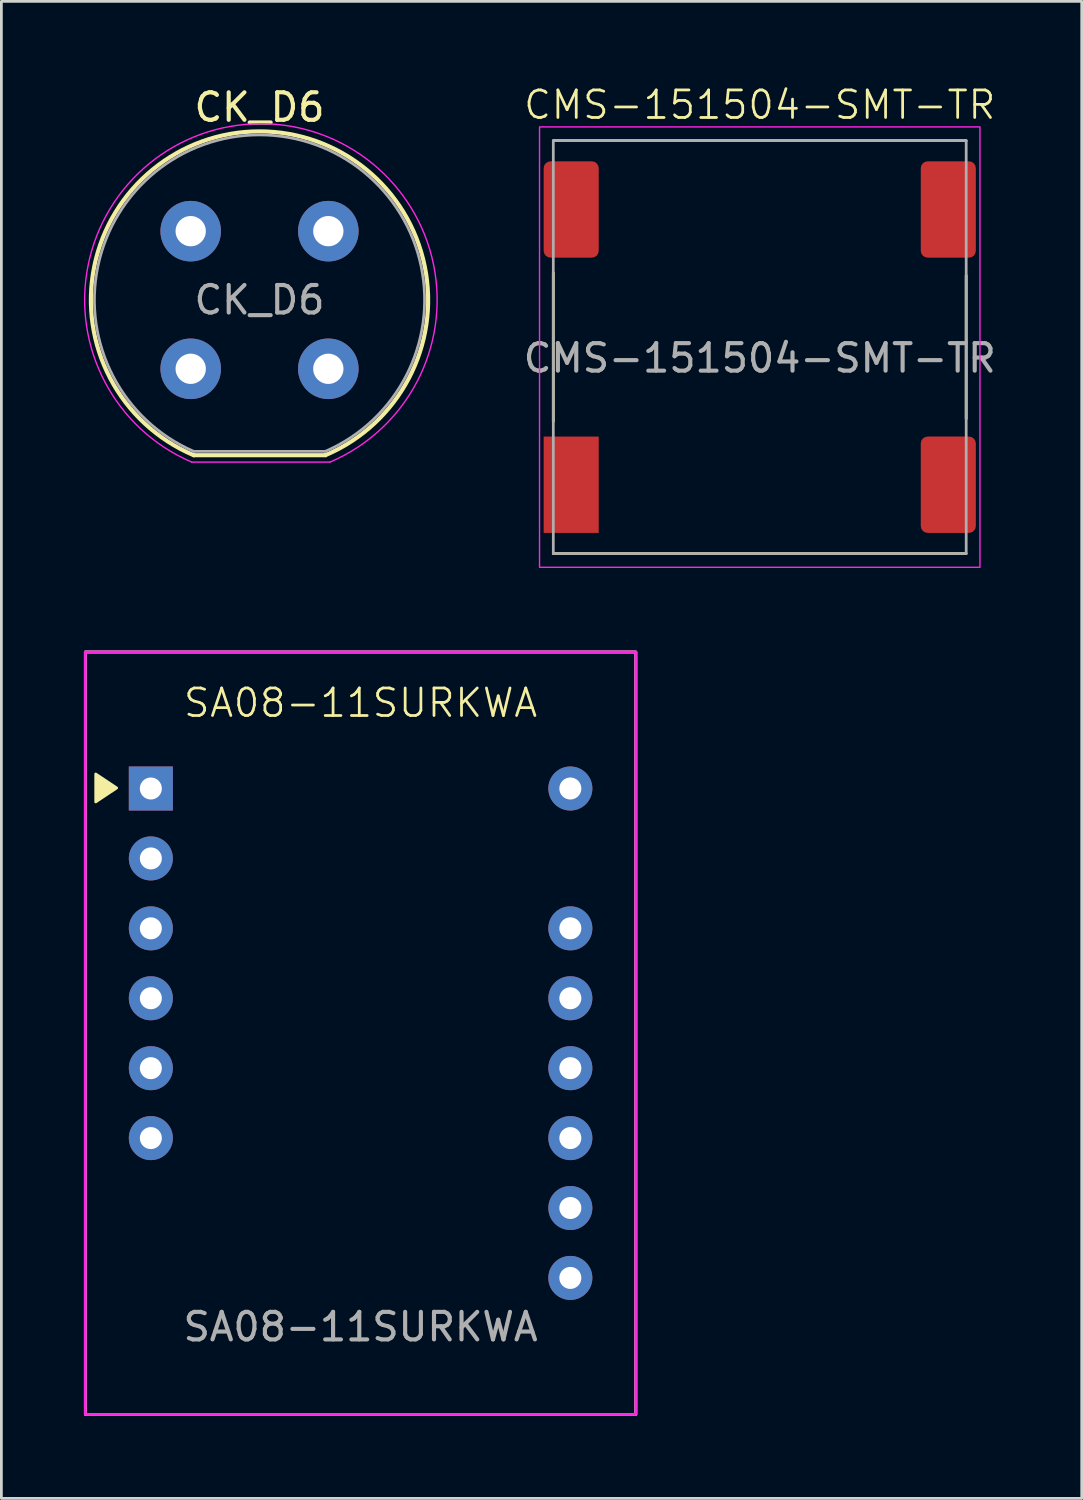
<source format=kicad_pcb>
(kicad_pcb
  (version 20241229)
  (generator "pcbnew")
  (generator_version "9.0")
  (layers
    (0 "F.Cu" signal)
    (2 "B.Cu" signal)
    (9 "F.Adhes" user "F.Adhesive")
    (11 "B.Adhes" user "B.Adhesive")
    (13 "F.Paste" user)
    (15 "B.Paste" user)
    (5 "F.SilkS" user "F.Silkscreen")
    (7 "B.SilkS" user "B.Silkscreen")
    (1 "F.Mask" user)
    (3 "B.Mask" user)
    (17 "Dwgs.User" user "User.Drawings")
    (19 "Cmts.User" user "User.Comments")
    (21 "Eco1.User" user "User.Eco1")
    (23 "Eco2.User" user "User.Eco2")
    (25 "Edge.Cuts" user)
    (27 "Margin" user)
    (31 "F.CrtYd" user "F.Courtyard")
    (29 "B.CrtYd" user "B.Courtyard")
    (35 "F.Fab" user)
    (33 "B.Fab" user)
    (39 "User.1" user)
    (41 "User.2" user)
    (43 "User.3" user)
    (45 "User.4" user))
  (footprint "CK_D6"
    (layer "F.Cu")
    (at 3.878 5.348)
    (property "Reference" "CK_D6" (at 2.5 -4.5 0) (layer "F.SilkS") (effects (font (size 1 1) (thickness 0.15))))
    (attr through_hole)
    (fp_line (start 4.89 8.14) (end 0.11 8.14) (stroke (width 0.15) (type solid)) (layer "F.SilkS"))
    (fp_arc (start 0.11 8.14) (mid 2.496283 -3.625495) (end 4.896843 8.137095) (stroke (width 0.15) (type solid)) (layer "F.SilkS"))
    (fp_line (start 0.04 8.39) (end 5.06 8.39) (stroke (width 0.05) (type solid)) (layer "F.CrtYd"))
    (fp_arc (start 0.04 8.39) (mid 2.55 -3.902515) (end 5.06 8.39) (stroke (width 0.05) (type solid)) (layer "F.CrtYd"))
    (fp_line (start 0.11 8) (end 4.89 8) (stroke (width 0.1) (type solid)) (layer "F.Fab"))
    (fp_arc (start 0.11 8) (mid 2.498654 -3.496841) (end 4.892469 7.998926) (stroke (width 0.1) (type solid)) (layer "F.Fab"))
    (fp_text user "${REFERENCE}" (at 2.5 2.5 0) (layer "F.Fab") (effects (font (size 1 1) (thickness 0.15))))
    (pad "1" thru_hole circle (at 0 5) (size 2.2 2.2) (drill 1.1) (layers "*.Cu" "*.Mask"))
    (pad "2" thru_hole circle (at 0 0) (size 2.2 2.2) (drill 1.1) (layers "*.Cu" "*.Mask"))
    (pad "3" thru_hole circle (at 5 5) (size 2.2 2.2) (drill 1.1) (layers "*.Cu" "*.Mask"))
    (pad "4" thru_hole circle (at 5 0) (size 2.2 2.2) (drill 1.1) (layers "*.Cu" "*.Mask")))
  (footprint "SA08-11SURKWA"
    (layer "F.Cu")
    (at 10.05 34.486)
    (property "Reference" "SA08-11SURKWA" (at 0 -12 0) (unlocked yes) (layer "F.SilkS") (effects (font (size 1 1) (thickness 0.1))))
    (attr through_hole)
    (fp_rect (start -10 -13.85) (end 10 13.85) (stroke (width 0.1) (type solid)) (fill no) (layer "F.SilkS"))
    (fp_poly (pts (xy -9.623 -8.402) (xy -8.861 -8.91) (xy -9.623 -9.418)) (stroke (width 0.1) (type solid)) (fill yes) (layer "F.SilkS"))
    (fp_rect (start -10 -13.85) (end 10 13.85) (stroke (width 0.1) (type solid)) (fill no) (layer "F.CrtYd"))
    (fp_rect (start -10 -13.85) (end 10 13.85) (stroke (width 0.1) (type solid)) (fill no) (layer "F.Fab"))
    (fp_text user "${REFERENCE}" (at 0 10.668 0) (unlocked yes) (layer "F.Fab") (effects (font (size 1 1) (thickness 0.15))))
    (pad "1" thru_hole rect (at -7.62 -8.89) (size 1.6 1.6) (drill 0.8) (layers "*.Cu" "*.Mask"))
    (pad "2" thru_hole circle (at -7.62 -6.35) (size 1.6 1.6) (drill 0.8) (layers "*.Cu" "*.Mask"))
    (pad "3" thru_hole circle (at -7.62 -3.81) (size 1.6 1.6) (drill 0.8) (layers "*.Cu" "*.Mask"))
    (pad "4" thru_hole circle (at -7.62 -1.27) (size 1.6 1.6) (drill 0.8) (layers "*.Cu" "*.Mask"))
    (pad "5" thru_hole circle (at -7.62 1.27) (size 1.6 1.6) (drill 0.8) (layers "*.Cu" "*.Mask"))
    (pad "6" thru_hole circle (at -7.62 3.81) (size 1.6 1.6) (drill 0.8) (layers "*.Cu" "*.Mask"))
    (pad "9" thru_hole circle (at 7.62 8.89) (size 1.6 1.6) (drill 0.8) (layers "*.Cu" "*.Mask"))
    (pad "10" thru_hole circle (at 7.62 6.35) (size 1.6 1.6) (drill 0.8) (layers "*.Cu" "*.Mask"))
    (pad "11" thru_hole circle (at 7.62 3.81) (size 1.6 1.6) (drill 0.8) (layers "*.Cu" "*.Mask"))
    (pad "12" thru_hole circle (at 7.62 1.27) (size 1.6 1.6) (drill 0.8) (layers "*.Cu" "*.Mask"))
    (pad "13" thru_hole circle (at 7.62 -1.27) (size 1.6 1.6) (drill 0.8) (layers "*.Cu" "*.Mask"))
    (pad "14" thru_hole circle (at 7.62 -3.81) (size 1.6 1.6) (drill 0.8) (layers "*.Cu" "*.Mask"))
    (pad "16" thru_hole circle (at 7.62 -8.89) (size 1.6 1.6) (drill 0.8) (layers "*.Cu" "*.Mask")))
  (footprint "CMS-151504-SMT-TR"
    (layer "F.Cu")
    (at 24.551 9.56)
    (property "Reference" "CMS-151504-SMT-TR" (at 0 -8.8 0) (unlocked yes) (layer "F.SilkS") (effects (font (size 1 1) (thickness 0.1))))
    (attr smd)
    (fp_line (start -7.5 -7.5) (end 7.5 -7.5) (stroke (width 0.1) (type default)) (layer "F.SilkS"))
    (fp_line (start -7.5 -2.7) (end -7.5 2.7) (stroke (width 0.1) (type default)) (layer "F.SilkS"))
    (fp_line (start -7.5 7.5) (end 7.5 7.5) (stroke (width 0.1) (type default)) (layer "F.SilkS"))
    (fp_line (start 7.5 -2.6) (end 7.5 2.6) (stroke (width 0.1) (type default)) (layer "F.SilkS"))
    (fp_rect (start -8 -8) (end 8 8) (stroke (width 0.05) (type default)) (fill no) (layer "F.CrtYd"))
    (fp_rect (start -7.5 -7.5) (end 7.5 7.5) (stroke (width 0.1) (type solid)) (fill no) (layer "F.Fab"))
    (fp_text user "${REFERENCE}" (at 0 0.4 0) (unlocked yes) (layer "F.Fab") (effects (font (size 1 1) (thickness 0.15))))
    (pad "1" smd rect (at -6.85 5) (size 2 3.5) (layers "F.Cu" "F.Mask" "F.Paste"))
    (pad "2" smd roundrect (at 6.85 5) (size 2 3.5) (layers "F.Cu" "F.Mask" "F.Paste") (roundrect_rratio 0.125))
    (pad "3" smd roundrect (at 6.85 -5) (size 2 3.5) (layers "F.Cu" "F.Mask" "F.Paste") (roundrect_rratio 0.125))
    (pad "4" smd roundrect (at -6.85 -5) (size 2 3.5) (layers "F.Cu" "F.Mask" "F.Paste") (roundrect_rratio 0.125)))
  (gr_rect
    (start -3 -3)
    (end 36.248 51.386)
    (stroke (width 0.1) (type default))
    (fill no)
    (layer "Edge.Cuts")))
</source>
